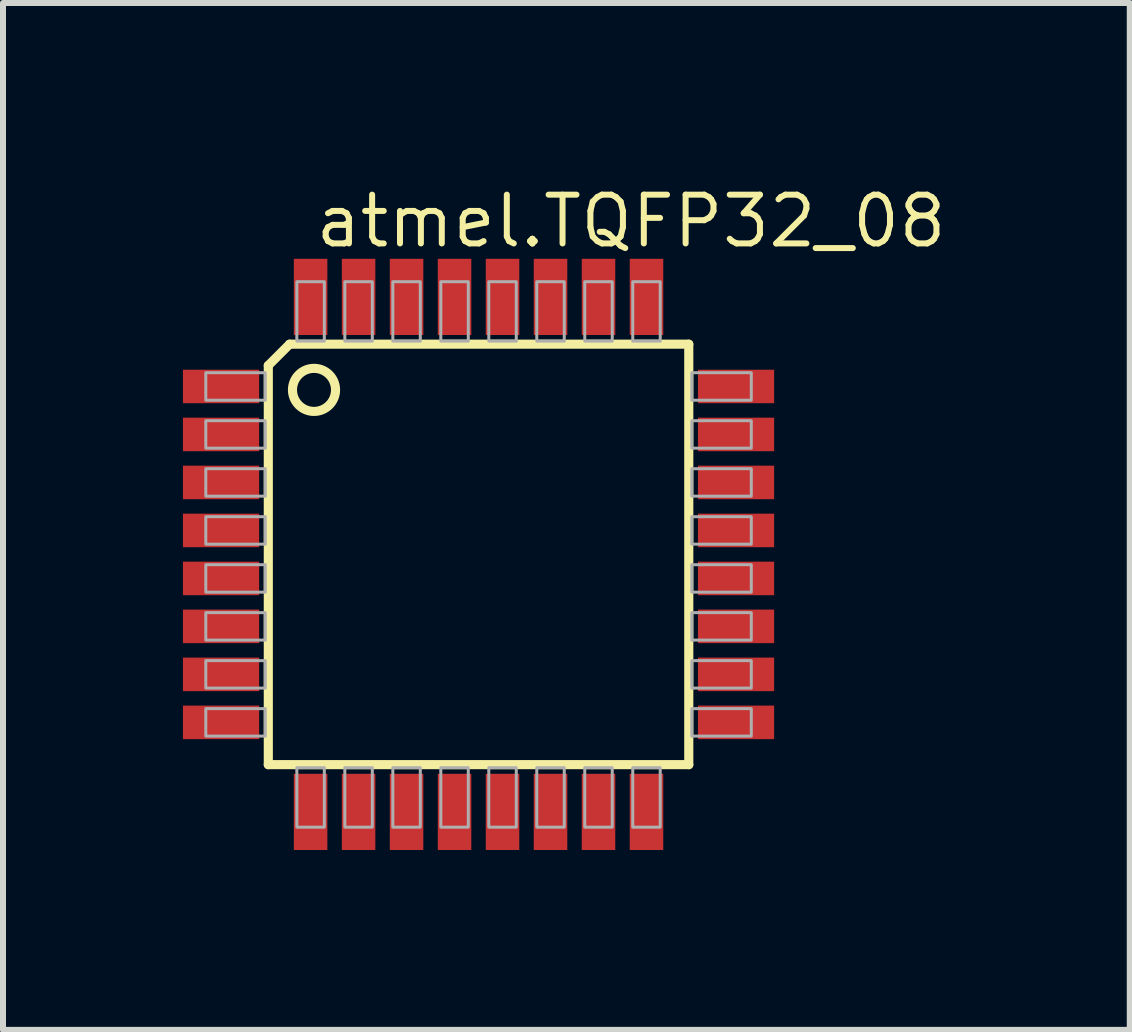
<source format=kicad_pcb>
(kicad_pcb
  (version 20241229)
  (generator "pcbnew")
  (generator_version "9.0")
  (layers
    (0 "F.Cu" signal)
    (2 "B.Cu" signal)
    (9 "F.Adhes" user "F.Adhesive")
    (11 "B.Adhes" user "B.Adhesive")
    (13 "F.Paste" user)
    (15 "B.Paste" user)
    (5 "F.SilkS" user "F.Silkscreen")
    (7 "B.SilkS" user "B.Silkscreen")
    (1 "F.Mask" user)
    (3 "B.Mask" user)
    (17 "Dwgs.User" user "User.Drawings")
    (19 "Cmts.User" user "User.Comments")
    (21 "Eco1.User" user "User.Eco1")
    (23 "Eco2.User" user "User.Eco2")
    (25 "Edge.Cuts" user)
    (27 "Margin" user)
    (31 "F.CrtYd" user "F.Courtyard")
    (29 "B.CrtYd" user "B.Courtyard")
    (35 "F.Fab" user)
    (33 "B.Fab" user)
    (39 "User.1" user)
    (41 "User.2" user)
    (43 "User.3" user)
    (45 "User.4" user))
  (footprint "atmel.TQFP32_08"
    (layer "F.Cu")
    (at 4.928 6.193)
    (property "Reference" "atmel.TQFP32_08" (at -2.769 -5.08 0) (layer "F.SilkS") (effects (font (size 0.813 0.813) (thickness 0.1)) (justify left bottom)))
    (attr smd)
    (fp_line (start -3.505 3.505) (end -3.505 -3.15) (stroke (width 0.152) (type default)) (layer "F.SilkS"))
    (fp_line (start -3.15 -3.505) (end -3.505 -3.15) (stroke (width 0.152) (type default)) (layer "F.SilkS"))
    (fp_line (start -3.15 -3.505) (end 3.505 -3.505) (stroke (width 0.152) (type default)) (layer "F.SilkS"))
    (fp_line (start 3.505 -3.505) (end 3.505 3.505) (stroke (width 0.152) (type default)) (layer "F.SilkS"))
    (fp_line (start 3.505 3.505) (end -3.505 3.505) (stroke (width 0.152) (type default)) (layer "F.SilkS"))
    (fp_circle (center -2.743 -2.743) (end -2.384 -2.743) (stroke (width 0.152) (type default)) (fill no) (layer "F.SilkS"))
    (fp_rect (start -4.547 -2.571) (end -3.556 -3.029) (stroke (width 0.05) (type default)) (fill no) (layer "F.Fab"))
    (fp_rect (start -4.547 -1.771) (end -3.556 -2.229) (stroke (width 0.05) (type default)) (fill no) (layer "F.Fab"))
    (fp_rect (start -4.547 -0.971) (end -3.556 -1.429) (stroke (width 0.05) (type default)) (fill no) (layer "F.Fab"))
    (fp_rect (start -4.547 -0.171) (end -3.556 -0.629) (stroke (width 0.05) (type default)) (fill no) (layer "F.Fab"))
    (fp_rect (start -4.547 0.629) (end -3.556 0.171) (stroke (width 0.05) (type default)) (fill no) (layer "F.Fab"))
    (fp_rect (start -4.547 1.429) (end -3.556 0.971) (stroke (width 0.05) (type default)) (fill no) (layer "F.Fab"))
    (fp_rect (start -4.547 2.229) (end -3.556 1.771) (stroke (width 0.05) (type default)) (fill no) (layer "F.Fab"))
    (fp_rect (start -4.547 3.029) (end -3.556 2.571) (stroke (width 0.05) (type default)) (fill no) (layer "F.Fab"))
    (fp_rect (start -3.029 -3.556) (end -2.571 -4.547) (stroke (width 0.05) (type default)) (fill no) (layer "F.Fab"))
    (fp_rect (start -3.029 4.547) (end -2.571 3.556) (stroke (width 0.05) (type default)) (fill no) (layer "F.Fab"))
    (fp_rect (start -2.229 -3.556) (end -1.771 -4.547) (stroke (width 0.05) (type default)) (fill no) (layer "F.Fab"))
    (fp_rect (start -2.229 4.547) (end -1.771 3.556) (stroke (width 0.05) (type default)) (fill no) (layer "F.Fab"))
    (fp_rect (start -1.429 -3.556) (end -0.971 -4.547) (stroke (width 0.05) (type default)) (fill no) (layer "F.Fab"))
    (fp_rect (start -1.429 4.547) (end -0.971 3.556) (stroke (width 0.05) (type default)) (fill no) (layer "F.Fab"))
    (fp_rect (start -0.629 -3.556) (end -0.171 -4.547) (stroke (width 0.05) (type default)) (fill no) (layer "F.Fab"))
    (fp_rect (start -0.629 4.547) (end -0.171 3.556) (stroke (width 0.05) (type default)) (fill no) (layer "F.Fab"))
    (fp_rect (start 0.171 -3.556) (end 0.629 -4.547) (stroke (width 0.05) (type default)) (fill no) (layer "F.Fab"))
    (fp_rect (start 0.171 4.547) (end 0.629 3.556) (stroke (width 0.05) (type default)) (fill no) (layer "F.Fab"))
    (fp_rect (start 0.971 -3.556) (end 1.429 -4.547) (stroke (width 0.05) (type default)) (fill no) (layer "F.Fab"))
    (fp_rect (start 0.971 4.547) (end 1.429 3.556) (stroke (width 0.05) (type default)) (fill no) (layer "F.Fab"))
    (fp_rect (start 1.771 -3.556) (end 2.229 -4.547) (stroke (width 0.05) (type default)) (fill no) (layer "F.Fab"))
    (fp_rect (start 1.771 4.547) (end 2.229 3.556) (stroke (width 0.05) (type default)) (fill no) (layer "F.Fab"))
    (fp_rect (start 2.571 -3.556) (end 3.029 -4.547) (stroke (width 0.05) (type default)) (fill no) (layer "F.Fab"))
    (fp_rect (start 2.571 4.547) (end 3.029 3.556) (stroke (width 0.05) (type default)) (fill no) (layer "F.Fab"))
    (fp_rect (start 3.556 -2.571) (end 4.547 -3.029) (stroke (width 0.05) (type default)) (fill no) (layer "F.Fab"))
    (fp_rect (start 3.556 -1.771) (end 4.547 -2.229) (stroke (width 0.05) (type default)) (fill no) (layer "F.Fab"))
    (fp_rect (start 3.556 -0.971) (end 4.547 -1.429) (stroke (width 0.05) (type default)) (fill no) (layer "F.Fab"))
    (fp_rect (start 3.556 -0.171) (end 4.547 -0.629) (stroke (width 0.05) (type default)) (fill no) (layer "F.Fab"))
    (fp_rect (start 3.556 0.629) (end 4.547 0.171) (stroke (width 0.05) (type default)) (fill no) (layer "F.Fab"))
    (fp_rect (start 3.556 1.429) (end 4.547 0.971) (stroke (width 0.05) (type default)) (fill no) (layer "F.Fab"))
    (fp_rect (start 3.556 2.229) (end 4.547 1.771) (stroke (width 0.05) (type default)) (fill no) (layer "F.Fab"))
    (fp_rect (start 3.556 3.029) (end 4.547 2.571) (stroke (width 0.05) (type default)) (fill no) (layer "F.Fab"))
    (pad "1" smd roundrect (at -4.293 -2.8) (size 1.27 0.559) (layers "F.Cu" "F.Mask" "F.Paste") (roundrect_rratio 0.01))
    (pad "2" smd roundrect (at -4.293 -2) (size 1.27 0.559) (layers "F.Cu" "F.Mask" "F.Paste") (roundrect_rratio 0.01))
    (pad "3" smd roundrect (at -4.293 -1.2) (size 1.27 0.559) (layers "F.Cu" "F.Mask" "F.Paste") (roundrect_rratio 0.01))
    (pad "4" smd roundrect (at -4.293 -0.4) (size 1.27 0.559) (layers "F.Cu" "F.Mask" "F.Paste") (roundrect_rratio 0.01))
    (pad "5" smd roundrect (at -4.293 0.4) (size 1.27 0.559) (layers "F.Cu" "F.Mask" "F.Paste") (roundrect_rratio 0.01))
    (pad "6" smd roundrect (at -4.293 1.2) (size 1.27 0.559) (layers "F.Cu" "F.Mask" "F.Paste") (roundrect_rratio 0.01))
    (pad "7" smd roundrect (at -4.293 2) (size 1.27 0.559) (layers "F.Cu" "F.Mask" "F.Paste") (roundrect_rratio 0.01))
    (pad "8" smd roundrect (at -4.293 2.8) (size 1.27 0.559) (layers "F.Cu" "F.Mask" "F.Paste") (roundrect_rratio 0.01))
    (pad "9" smd roundrect (at -2.8 4.293) (size 0.559 1.27) (layers "F.Cu" "F.Mask" "F.Paste") (roundrect_rratio 0.01))
    (pad "10" smd roundrect (at -2 4.293) (size 0.559 1.27) (layers "F.Cu" "F.Mask" "F.Paste") (roundrect_rratio 0.01))
    (pad "11" smd roundrect (at -1.2 4.293) (size 0.559 1.27) (layers "F.Cu" "F.Mask" "F.Paste") (roundrect_rratio 0.01))
    (pad "12" smd roundrect (at -0.4 4.293) (size 0.559 1.27) (layers "F.Cu" "F.Mask" "F.Paste") (roundrect_rratio 0.01))
    (pad "13" smd roundrect (at 0.4 4.293) (size 0.559 1.27) (layers "F.Cu" "F.Mask" "F.Paste") (roundrect_rratio 0.01))
    (pad "14" smd roundrect (at 1.2 4.293) (size 0.559 1.27) (layers "F.Cu" "F.Mask" "F.Paste") (roundrect_rratio 0.01))
    (pad "15" smd roundrect (at 2 4.293) (size 0.559 1.27) (layers "F.Cu" "F.Mask" "F.Paste") (roundrect_rratio 0.01))
    (pad "16" smd roundrect (at 2.8 4.293) (size 0.559 1.27) (layers "F.Cu" "F.Mask" "F.Paste") (roundrect_rratio 0.01))
    (pad "17" smd roundrect (at 4.293 2.8) (size 1.27 0.559) (layers "F.Cu" "F.Mask" "F.Paste") (roundrect_rratio 0.01))
    (pad "18" smd roundrect (at 4.293 2) (size 1.27 0.559) (layers "F.Cu" "F.Mask" "F.Paste") (roundrect_rratio 0.01))
    (pad "19" smd roundrect (at 4.293 1.2) (size 1.27 0.559) (layers "F.Cu" "F.Mask" "F.Paste") (roundrect_rratio 0.01))
    (pad "20" smd roundrect (at 4.293 0.4) (size 1.27 0.559) (layers "F.Cu" "F.Mask" "F.Paste") (roundrect_rratio 0.01))
    (pad "21" smd roundrect (at 4.293 -0.4) (size 1.27 0.559) (layers "F.Cu" "F.Mask" "F.Paste") (roundrect_rratio 0.01))
    (pad "22" smd roundrect (at 4.293 -1.2) (size 1.27 0.559) (layers "F.Cu" "F.Mask" "F.Paste") (roundrect_rratio 0.01))
    (pad "23" smd roundrect (at 4.293 -2) (size 1.27 0.559) (layers "F.Cu" "F.Mask" "F.Paste") (roundrect_rratio 0.01))
    (pad "24" smd roundrect (at 4.293 -2.8) (size 1.27 0.559) (layers "F.Cu" "F.Mask" "F.Paste") (roundrect_rratio 0.01))
    (pad "25" smd roundrect (at 2.8 -4.293) (size 0.559 1.27) (layers "F.Cu" "F.Mask" "F.Paste") (roundrect_rratio 0.01))
    (pad "26" smd roundrect (at 2 -4.293) (size 0.559 1.27) (layers "F.Cu" "F.Mask" "F.Paste") (roundrect_rratio 0.01))
    (pad "27" smd roundrect (at 1.2 -4.293) (size 0.559 1.27) (layers "F.Cu" "F.Mask" "F.Paste") (roundrect_rratio 0.01))
    (pad "28" smd roundrect (at 0.4 -4.293) (size 0.559 1.27) (layers "F.Cu" "F.Mask" "F.Paste") (roundrect_rratio 0.01))
    (pad "29" smd roundrect (at -0.4 -4.293) (size 0.559 1.27) (layers "F.Cu" "F.Mask" "F.Paste") (roundrect_rratio 0.01))
    (pad "30" smd roundrect (at -1.2 -4.293) (size 0.559 1.27) (layers "F.Cu" "F.Mask" "F.Paste") (roundrect_rratio 0.01))
    (pad "31" smd roundrect (at -2 -4.293) (size 0.559 1.27) (layers "F.Cu" "F.Mask" "F.Paste") (roundrect_rratio 0.01))
    (pad "32" smd roundrect (at -2.8 -4.293) (size 0.559 1.27) (layers "F.Cu" "F.Mask" "F.Paste") (roundrect_rratio 0.01)))
  (gr_rect
    (start -3 -3)
    (end 15.785 14.12)
    (stroke (width 0.1) (type default))
    (fill no)
    (layer "Edge.Cuts")))
</source>
